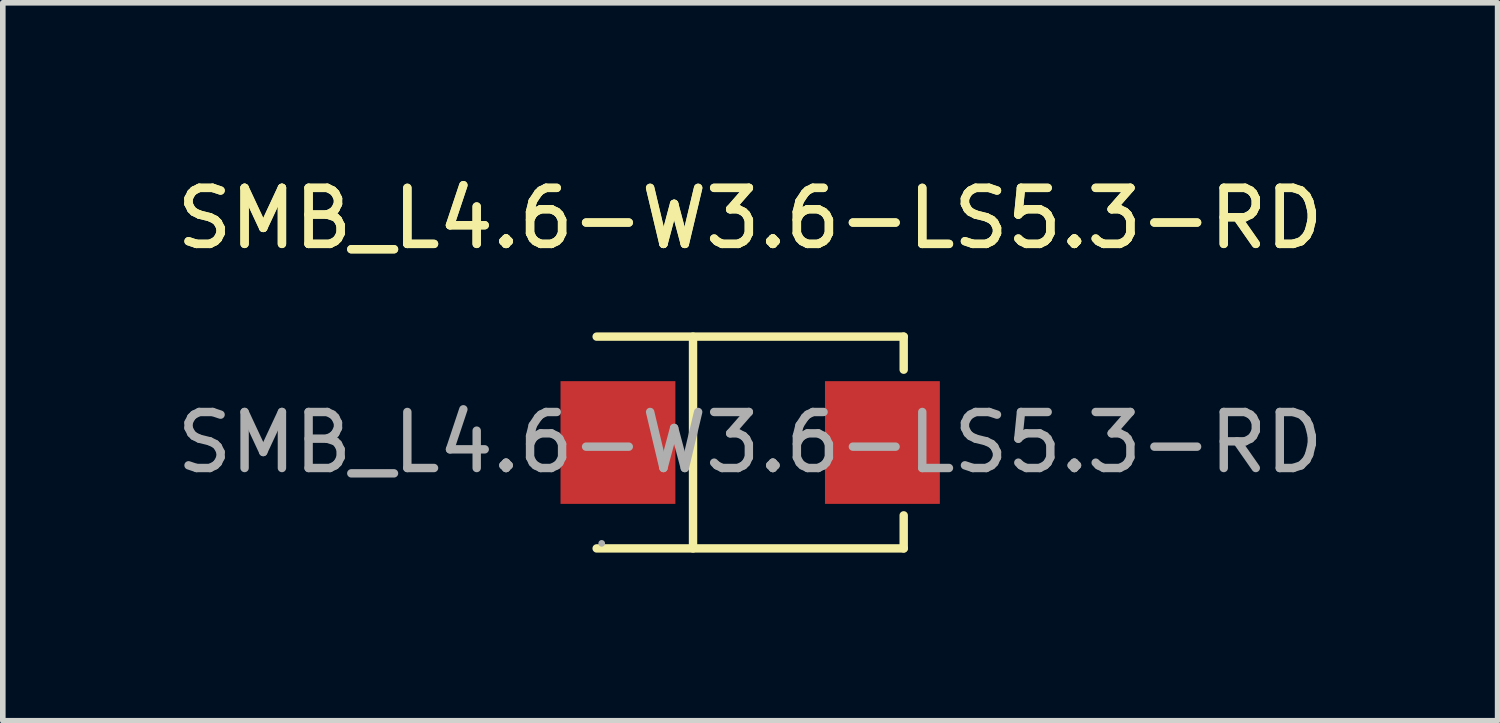
<source format=kicad_pcb>
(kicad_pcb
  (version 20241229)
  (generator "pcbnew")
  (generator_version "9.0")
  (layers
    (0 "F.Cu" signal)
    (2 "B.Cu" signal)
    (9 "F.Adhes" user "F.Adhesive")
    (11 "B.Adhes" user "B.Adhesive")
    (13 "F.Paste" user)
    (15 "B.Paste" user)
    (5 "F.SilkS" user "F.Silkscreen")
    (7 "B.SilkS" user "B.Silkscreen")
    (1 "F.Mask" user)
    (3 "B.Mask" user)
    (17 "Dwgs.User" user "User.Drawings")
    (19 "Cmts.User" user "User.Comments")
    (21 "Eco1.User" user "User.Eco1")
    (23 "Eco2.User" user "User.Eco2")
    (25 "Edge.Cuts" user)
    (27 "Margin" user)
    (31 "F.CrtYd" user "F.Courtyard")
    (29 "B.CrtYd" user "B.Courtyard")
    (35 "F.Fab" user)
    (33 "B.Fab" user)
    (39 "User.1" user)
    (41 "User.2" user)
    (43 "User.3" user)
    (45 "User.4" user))
  (footprint "SMB_L4.6-W3.6-LS5.3-RD"
    (layer "F.Cu")
    (at 10.339 4.848)
    (property "Reference" "SMB_L4.6-W3.6-LS5.3-RD" (at 0 -4 0) (layer "F.SilkS") (effects (font (size 1 1) (thickness 0.15))))
    (attr smd)
    (fp_line (start -2.74 -1.89) (end 2.74 -1.89) (stroke (width 0.15) (type solid)) (layer "F.SilkS"))
    (fp_line (start -2.74 1.89) (end 2.74 1.89) (stroke (width 0.15) (type solid)) (layer "F.SilkS"))
    (fp_line (start -1.02 -1.89) (end -1.02 1.89) (stroke (width 0.15) (type solid)) (layer "F.SilkS"))
    (fp_line (start 2.74 -1.89) (end 2.74 -1.3) (stroke (width 0.15) (type solid)) (layer "F.SilkS"))
    (fp_line (start 2.74 1.89) (end 2.74 1.3) (stroke (width 0.15) (type solid)) (layer "F.SilkS"))
    (fp_circle (center -2.65 1.8) (end -2.62 1.8) (stroke (width 0.06) (type solid)) (fill no) (layer "F.Fab"))
    (fp_text user "${REFERENCE}" (at 0 -4 0) (layer "F.SilkS") (effects (font (size 1 1) (thickness 0.15))))
    (fp_text user "${REFERENCE}" (at 0 0 0) (layer "F.Fab") (effects (font (size 1 1) (thickness 0.15))))
    (pad "1" smd rect (at -2.36 0) (size 2.05 2.19) (layers "F.Cu" "F.Mask" "F.Paste"))
    (pad "2" smd rect (at 2.36 0) (size 2.05 2.19) (layers "F.Cu" "F.Mask" "F.Paste")))
  (gr_rect
    (start -3 -3)
    (end 23.679 9.813)
    (stroke (width 0.1) (type default))
    (fill no)
    (layer "Edge.Cuts")))
</source>
